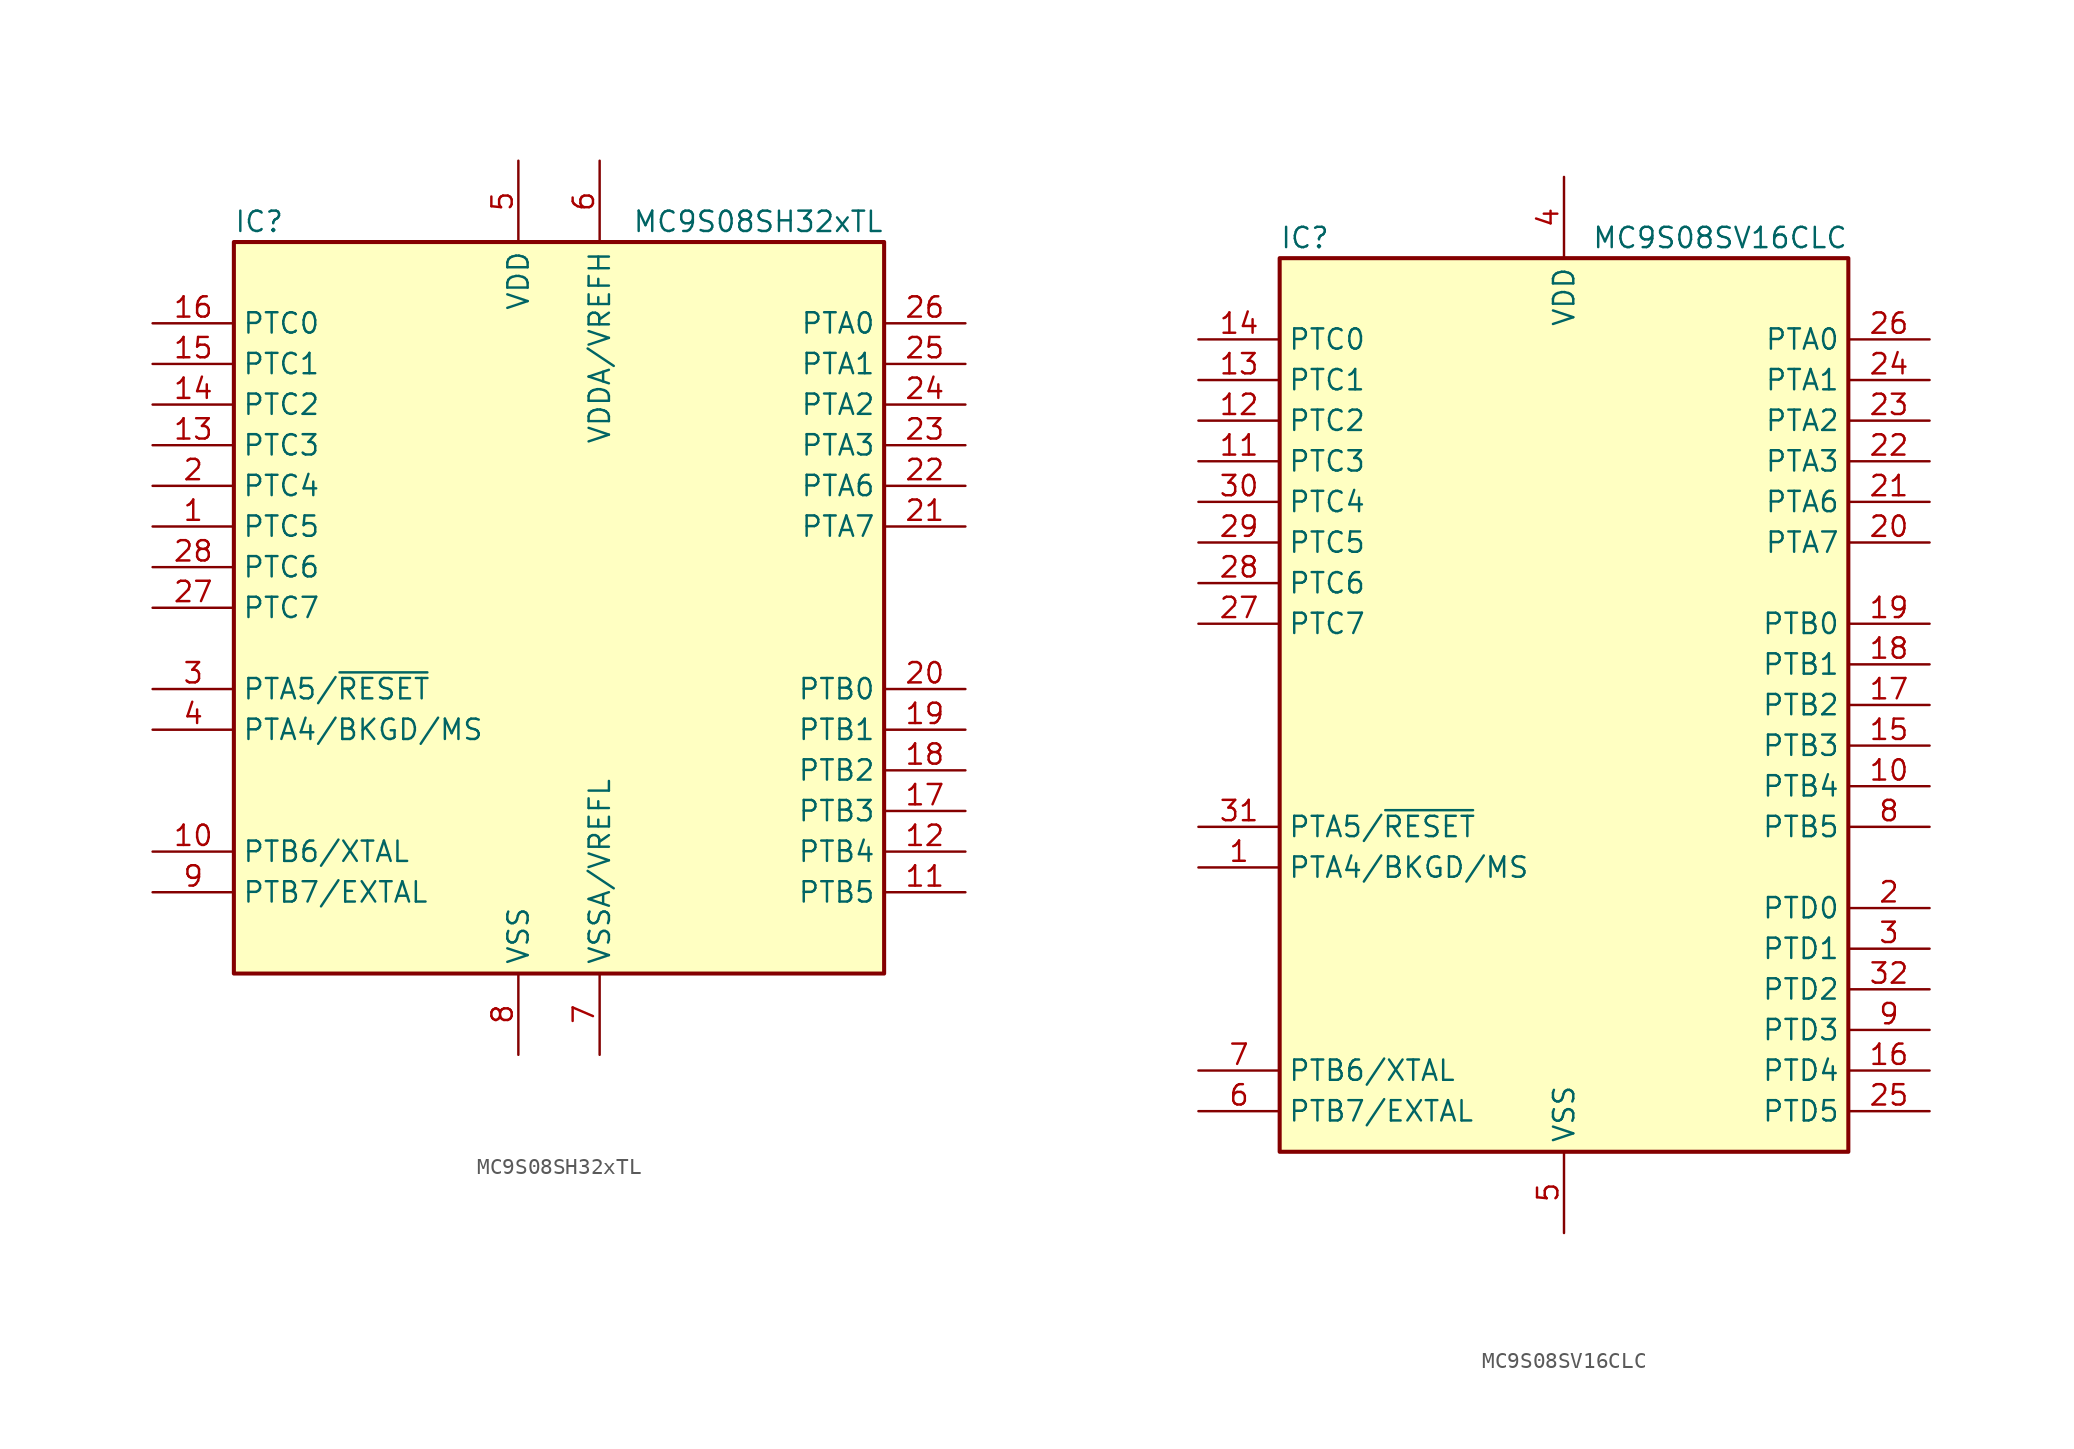
<source format=kicad_sym>
(kicad_symbol_lib
  (version 20231120)
  (generator "kicad_symbol_editor")
  (generator_version "8.0")
  (symbol "MC9S08SH32xTL"
    (property "Reference" "IC"
      (at -20.32 24.13 0)
      (effects (font (size 1.27 1.27)) (justify left)))
    (property "Value" "MC9S08SH32xTL"
      (at 20.32 24.13 0)
      (effects (font (size 1.27 1.27)) (justify right)))
    (symbol "MC9S08SH32xTL_0_1"
      (rectangle (start -20.32 22.86) (end 20.32 -22.86) (stroke (width 0.254) (type default)) (fill (type background))))
    (symbol "MC9S08SH32xTL_1_1"
      (pin bidirectional line (at -25.4 5.08 0) (length 5.08) (name "PTC5" (effects (font (size 1.27 1.27)))) (number "1" (effects (font (size 1.27 1.27)))))
      (pin bidirectional line (at -25.4 -15.24 0) (length 5.08) (name "PTB6/XTAL" (effects (font (size 1.27 1.27)))) (number "10" (effects (font (size 1.27 1.27)))))
      (pin bidirectional line (at 25.4 -17.78 180) (length 5.08) (name "PTB5" (effects (font (size 1.27 1.27)))) (number "11" (effects (font (size 1.27 1.27)))))
      (pin bidirectional line (at 25.4 -15.24 180) (length 5.08) (name "PTB4" (effects (font (size 1.27 1.27)))) (number "12" (effects (font (size 1.27 1.27)))))
      (pin bidirectional line (at -25.4 10.16 0) (length 5.08) (name "PTC3" (effects (font (size 1.27 1.27)))) (number "13" (effects (font (size 1.27 1.27)))))
      (pin bidirectional line (at -25.4 12.7 0) (length 5.08) (name "PTC2" (effects (font (size 1.27 1.27)))) (number "14" (effects (font (size 1.27 1.27)))))
      (pin bidirectional line (at -25.4 15.24 0) (length 5.08) (name "PTC1" (effects (font (size 1.27 1.27)))) (number "15" (effects (font (size 1.27 1.27)))))
      (pin bidirectional line (at -25.4 17.78 0) (length 5.08) (name "PTC0" (effects (font (size 1.27 1.27)))) (number "16" (effects (font (size 1.27 1.27)))))
      (pin bidirectional line (at 25.4 -12.7 180) (length 5.08) (name "PTB3" (effects (font (size 1.27 1.27)))) (number "17" (effects (font (size 1.27 1.27)))))
      (pin bidirectional line (at 25.4 -10.16 180) (length 5.08) (name "PTB2" (effects (font (size 1.27 1.27)))) (number "18" (effects (font (size 1.27 1.27)))))
      (pin bidirectional line (at 25.4 -7.62 180) (length 5.08) (name "PTB1" (effects (font (size 1.27 1.27)))) (number "19" (effects (font (size 1.27 1.27)))))
      (pin bidirectional line (at -25.4 7.62 0) (length 5.08) (name "PTC4" (effects (font (size 1.27 1.27)))) (number "2" (effects (font (size 1.27 1.27)))))
      (pin bidirectional line (at 25.4 -5.08 180) (length 5.08) (name "PTB0" (effects (font (size 1.27 1.27)))) (number "20" (effects (font (size 1.27 1.27)))))
      (pin bidirectional line (at 25.4 5.08 180) (length 5.08) (name "PTA7" (effects (font (size 1.27 1.27)))) (number "21" (effects (font (size 1.27 1.27)))))
      (pin bidirectional line (at 25.4 7.62 180) (length 5.08) (name "PTA6" (effects (font (size 1.27 1.27)))) (number "22" (effects (font (size 1.27 1.27)))))
      (pin bidirectional line (at 25.4 10.16 180) (length 5.08) (name "PTA3" (effects (font (size 1.27 1.27)))) (number "23" (effects (font (size 1.27 1.27)))))
      (pin bidirectional line (at 25.4 12.7 180) (length 5.08) (name "PTA2" (effects (font (size 1.27 1.27)))) (number "24" (effects (font (size 1.27 1.27)))))
      (pin bidirectional line (at 25.4 15.24 180) (length 5.08) (name "PTA1" (effects (font (size 1.27 1.27)))) (number "25" (effects (font (size 1.27 1.27)))))
      (pin bidirectional line (at 25.4 17.78 180) (length 5.08) (name "PTA0" (effects (font (size 1.27 1.27)))) (number "26" (effects (font (size 1.27 1.27)))))
      (pin bidirectional line (at -25.4 0 0) (length 5.08) (name "PTC7" (effects (font (size 1.27 1.27)))) (number "27" (effects (font (size 1.27 1.27)))))
      (pin bidirectional line (at -25.4 2.54 0) (length 5.08) (name "PTC6" (effects (font (size 1.27 1.27)))) (number "28" (effects (font (size 1.27 1.27)))))
      (pin bidirectional line (at -25.4 -5.08 0) (length 5.08) (name "PTA5/~{RESET}" (effects (font (size 1.27 1.27)))) (number "3" (effects (font (size 1.27 1.27)))))
      (pin bidirectional line (at -25.4 -7.62 0) (length 5.08) (name "PTA4/BKGD/MS" (effects (font (size 1.27 1.27)))) (number "4" (effects (font (size 1.27 1.27)))))
      (pin power_in line (at -2.54 27.94 270) (length 5.08) (name "VDD" (effects (font (size 1.27 1.27)))) (number "5" (effects (font (size 1.27 1.27)))))
      (pin power_in line (at 2.54 27.94 270) (length 5.08) (name "VDDA/VREFH" (effects (font (size 1.27 1.27)))) (number "6" (effects (font (size 1.27 1.27)))))
      (pin power_in line (at 2.54 -27.94 90) (length 5.08) (name "VSSA/VREFL" (effects (font (size 1.27 1.27)))) (number "7" (effects (font (size 1.27 1.27)))))
      (pin power_in line (at -2.54 -27.94 90) (length 5.08) (name "VSS" (effects (font (size 1.27 1.27)))) (number "8" (effects (font (size 1.27 1.27)))))
      (pin bidirectional line (at -25.4 -17.78 0) (length 5.08) (name "PTB7/EXTAL" (effects (font (size 1.27 1.27)))) (number "9" (effects (font (size 1.27 1.27)))))))
  (symbol "MC9S08SV16CLC"
    (property "Reference" "IC"
      (at -17.78 29.21 0)
      (effects (font (size 1.27 1.27)) (justify left)))
    (property "Value" "MC9S08SV16CLC"
      (at 17.78 29.21 0)
      (effects (font (size 1.27 1.27)) (justify right)))
    (symbol "MC9S08SV16CLC_0_1"
      (rectangle (start -17.78 27.94) (end 17.78 -27.94) (stroke (width 0.254) (type default)) (fill (type background))))
    (symbol "MC9S08SV16CLC_1_1"
      (pin bidirectional line (at -22.86 -10.16 0) (length 5.08) (name "PTA4/BKGD/MS" (effects (font (size 1.27 1.27)))) (number "1" (effects (font (size 1.27 1.27)))))
      (pin bidirectional line (at 22.86 -5.08 180) (length 5.08) (name "PTB4" (effects (font (size 1.27 1.27)))) (number "10" (effects (font (size 1.27 1.27)))))
      (pin bidirectional line (at -22.86 15.24 0) (length 5.08) (name "PTC3" (effects (font (size 1.27 1.27)))) (number "11" (effects (font (size 1.27 1.27)))))
      (pin bidirectional line (at -22.86 17.78 0) (length 5.08) (name "PTC2" (effects (font (size 1.27 1.27)))) (number "12" (effects (font (size 1.27 1.27)))))
      (pin bidirectional line (at -22.86 20.32 0) (length 5.08) (name "PTC1" (effects (font (size 1.27 1.27)))) (number "13" (effects (font (size 1.27 1.27)))))
      (pin bidirectional line (at -22.86 22.86 0) (length 5.08) (name "PTC0" (effects (font (size 1.27 1.27)))) (number "14" (effects (font (size 1.27 1.27)))))
      (pin bidirectional line (at 22.86 -2.54 180) (length 5.08) (name "PTB3" (effects (font (size 1.27 1.27)))) (number "15" (effects (font (size 1.27 1.27)))))
      (pin bidirectional line (at 22.86 -22.86 180) (length 5.08) (name "PTD4" (effects (font (size 1.27 1.27)))) (number "16" (effects (font (size 1.27 1.27)))))
      (pin bidirectional line (at 22.86 0 180) (length 5.08) (name "PTB2" (effects (font (size 1.27 1.27)))) (number "17" (effects (font (size 1.27 1.27)))))
      (pin bidirectional line (at 22.86 2.54 180) (length 5.08) (name "PTB1" (effects (font (size 1.27 1.27)))) (number "18" (effects (font (size 1.27 1.27)))))
      (pin bidirectional line (at 22.86 5.08 180) (length 5.08) (name "PTB0" (effects (font (size 1.27 1.27)))) (number "19" (effects (font (size 1.27 1.27)))))
      (pin bidirectional line (at 22.86 -12.7 180) (length 5.08) (name "PTD0" (effects (font (size 1.27 1.27)))) (number "2" (effects (font (size 1.27 1.27)))))
      (pin bidirectional line (at 22.86 10.16 180) (length 5.08) (name "PTA7" (effects (font (size 1.27 1.27)))) (number "20" (effects (font (size 1.27 1.27)))))
      (pin bidirectional line (at 22.86 12.7 180) (length 5.08) (name "PTA6" (effects (font (size 1.27 1.27)))) (number "21" (effects (font (size 1.27 1.27)))))
      (pin bidirectional line (at 22.86 15.24 180) (length 5.08) (name "PTA3" (effects (font (size 1.27 1.27)))) (number "22" (effects (font (size 1.27 1.27)))))
      (pin bidirectional line (at 22.86 17.78 180) (length 5.08) (name "PTA2" (effects (font (size 1.27 1.27)))) (number "23" (effects (font (size 1.27 1.27)))))
      (pin bidirectional line (at 22.86 20.32 180) (length 5.08) (name "PTA1" (effects (font (size 1.27 1.27)))) (number "24" (effects (font (size 1.27 1.27)))))
      (pin bidirectional line (at 22.86 -25.4 180) (length 5.08) (name "PTD5" (effects (font (size 1.27 1.27)))) (number "25" (effects (font (size 1.27 1.27)))))
      (pin bidirectional line (at 22.86 22.86 180) (length 5.08) (name "PTA0" (effects (font (size 1.27 1.27)))) (number "26" (effects (font (size 1.27 1.27)))))
      (pin bidirectional line (at -22.86 5.08 0) (length 5.08) (name "PTC7" (effects (font (size 1.27 1.27)))) (number "27" (effects (font (size 1.27 1.27)))))
      (pin bidirectional line (at -22.86 7.62 0) (length 5.08) (name "PTC6" (effects (font (size 1.27 1.27)))) (number "28" (effects (font (size 1.27 1.27)))))
      (pin bidirectional line (at -22.86 10.16 0) (length 5.08) (name "PTC5" (effects (font (size 1.27 1.27)))) (number "29" (effects (font (size 1.27 1.27)))))
      (pin bidirectional line (at 22.86 -15.24 180) (length 5.08) (name "PTD1" (effects (font (size 1.27 1.27)))) (number "3" (effects (font (size 1.27 1.27)))))
      (pin bidirectional line (at -22.86 12.7 0) (length 5.08) (name "PTC4" (effects (font (size 1.27 1.27)))) (number "30" (effects (font (size 1.27 1.27)))))
      (pin bidirectional line (at -22.86 -7.62 0) (length 5.08) (name "PTA5/~{RESET}" (effects (font (size 1.27 1.27)))) (number "31" (effects (font (size 1.27 1.27)))))
      (pin bidirectional line (at 22.86 -17.78 180) (length 5.08) (name "PTD2" (effects (font (size 1.27 1.27)))) (number "32" (effects (font (size 1.27 1.27)))))
      (pin power_in line (at 0 33.02 270) (length 5.08) (name "VDD" (effects (font (size 1.27 1.27)))) (number "4" (effects (font (size 1.27 1.27)))))
      (pin power_in line (at 0 -33.02 90) (length 5.08) (name "VSS" (effects (font (size 1.27 1.27)))) (number "5" (effects (font (size 1.27 1.27)))))
      (pin bidirectional line (at -22.86 -25.4 0) (length 5.08) (name "PTB7/EXTAL" (effects (font (size 1.27 1.27)))) (number "6" (effects (font (size 1.27 1.27)))))
      (pin bidirectional line (at -22.86 -22.86 0) (length 5.08) (name "PTB6/XTAL" (effects (font (size 1.27 1.27)))) (number "7" (effects (font (size 1.27 1.27)))))
      (pin bidirectional line (at 22.86 -7.62 180) (length 5.08) (name "PTB5" (effects (font (size 1.27 1.27)))) (number "8" (effects (font (size 1.27 1.27)))))
      (pin bidirectional line (at 22.86 -20.32 180) (length 5.08) (name "PTD3" (effects (font (size 1.27 1.27)))) (number "9" (effects (font (size 1.27 1.27))))))))
</source>
